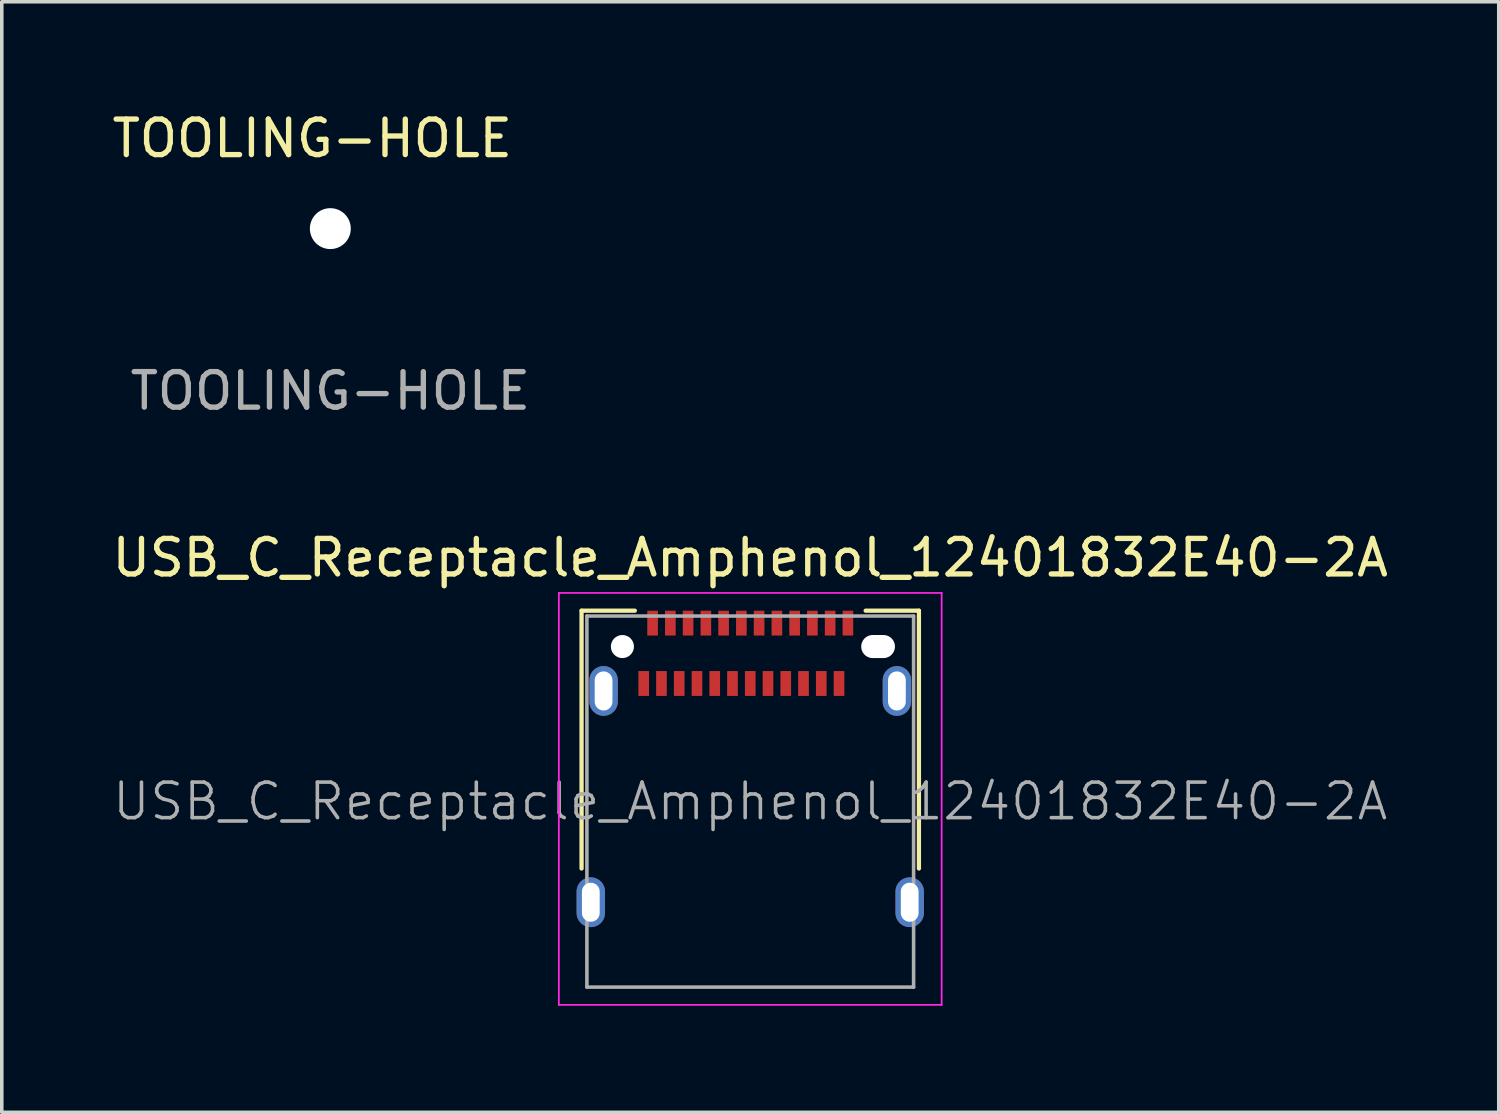
<source format=kicad_pcb>
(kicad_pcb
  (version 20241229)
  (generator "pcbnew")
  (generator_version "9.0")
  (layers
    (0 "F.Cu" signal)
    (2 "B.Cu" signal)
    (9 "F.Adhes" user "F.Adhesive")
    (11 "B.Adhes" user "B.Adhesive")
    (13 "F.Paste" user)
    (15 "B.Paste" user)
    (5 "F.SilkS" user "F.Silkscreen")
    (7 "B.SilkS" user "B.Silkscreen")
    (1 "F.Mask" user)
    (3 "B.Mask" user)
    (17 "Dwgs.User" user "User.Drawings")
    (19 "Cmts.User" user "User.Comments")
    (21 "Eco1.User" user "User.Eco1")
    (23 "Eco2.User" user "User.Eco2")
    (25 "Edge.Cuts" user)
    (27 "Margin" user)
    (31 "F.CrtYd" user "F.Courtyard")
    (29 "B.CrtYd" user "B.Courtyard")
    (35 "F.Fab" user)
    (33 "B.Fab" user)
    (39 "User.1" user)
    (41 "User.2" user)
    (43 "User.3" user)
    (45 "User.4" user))
  (footprint "TOOLING-HOLE"
    (layer "F.Cu")
    (at 6.252 3.388)
    (property "Reference" "TOOLING-HOLE" (at -0.508 -2.54 0) (unlocked yes) (layer "F.SilkS") (effects (font (size 1 1) (thickness 0.15))))
    (attr through_hole exclude_from_bom)
    (fp_text user "${REFERENCE}" (at 0 4.572 0) (unlocked yes) (layer "F.Fab") (effects (font (size 1 1) (thickness 0.15))))
    (pad "" np_thru_hole circle (at 0 0) (size 1.152 1.152) (drill 1.152) (layers "*.Cu" "*.Mask")))
  (footprint "USB_C_Receptacle_Amphenol_12401832E40-2A"
    (layer "F.Cu")
    (at 18.077 18.517)
    (property "Reference" "USB_C_Receptacle_Amphenol_12401832E40-2A" (at 0 -5.86 0) (layer "F.SilkS") (effects (font (size 1 1) (thickness 0.15))))
    (attr smd)
    (fp_line (start -4.75 -4.37) (end -4.75 2.89) (stroke (width 0.12) (type solid)) (layer "F.SilkS"))
    (fp_line (start -4.75 -4.37) (end -3.25 -4.37) (stroke (width 0.12) (type solid)) (layer "F.SilkS"))
    (fp_line (start 3.25 -4.37) (end 4.75 -4.37) (stroke (width 0.12) (type solid)) (layer "F.SilkS"))
    (fp_line (start 4.75 -4.37) (end 4.75 2.89) (stroke (width 0.12) (type solid)) (layer "F.SilkS"))
    (fp_line (start -5.39 -4.87) (end 5.39 -4.87) (stroke (width 0.05) (type solid)) (layer "F.CrtYd"))
    (fp_line (start -5.39 6.73) (end -5.39 -4.87) (stroke (width 0.05) (type solid)) (layer "F.CrtYd"))
    (fp_line (start 5.39 -4.87) (end 5.39 6.73) (stroke (width 0.05) (type solid)) (layer "F.CrtYd"))
    (fp_line (start 5.39 6.73) (end -5.39 6.73) (stroke (width 0.05) (type solid)) (layer "F.CrtYd"))
    (fp_line (start -4.6 -4.22) (end 4.6 -4.22) (stroke (width 0.1) (type solid)) (layer "F.Fab"))
    (fp_line (start -4.6 6.23) (end -4.6 -4.22) (stroke (width 0.1) (type solid)) (layer "F.Fab"))
    (fp_line (start -4.6 6.23) (end 4.6 6.23) (stroke (width 0.1) (type solid)) (layer "F.Fab"))
    (fp_line (start 4.6 6.23) (end 4.6 -4.22) (stroke (width 0.1) (type solid)) (layer "F.Fab"))
    (fp_text user "${REFERENCE}" (at 0 1 0) (layer "F.Fab") (effects (font (size 1 1) (thickness 0.1))))
    (pad "" np_thru_hole circle (at -3.6 -3.36) (size 0.65 0.65) (drill 0.65) (layers "*.Cu" "*.Mask"))
    (pad "" np_thru_hole oval (at 3.6 -3.36) (size 0.95 0.65) (drill oval 0.95 0.65) (layers "*.Cu" "*.Mask"))
    (pad "A1" smd rect (at -2.75 -4.02) (size 0.3 0.7) (layers "F.Cu" "F.Mask" "F.Paste"))
    (pad "A2" smd rect (at -2.25 -4.02) (size 0.3 0.7) (layers "F.Cu" "F.Mask" "F.Paste"))
    (pad "A3" smd rect (at -1.75 -4.02) (size 0.3 0.7) (layers "F.Cu" "F.Mask" "F.Paste"))
    (pad "A4" smd rect (at -1.25 -4.02) (size 0.3 0.7) (layers "F.Cu" "F.Mask" "F.Paste"))
    (pad "A5" smd rect (at -0.75 -4.02) (size 0.3 0.7) (layers "F.Cu" "F.Mask" "F.Paste"))
    (pad "A6" smd rect (at -0.25 -4.02) (size 0.3 0.7) (layers "F.Cu" "F.Mask" "F.Paste"))
    (pad "A7" smd rect (at 0.25 -4.02) (size 0.3 0.7) (layers "F.Cu" "F.Mask" "F.Paste"))
    (pad "A8" smd rect (at 0.75 -4.02) (size 0.3 0.7) (layers "F.Cu" "F.Mask" "F.Paste"))
    (pad "A9" smd rect (at 1.25 -4.02) (size 0.3 0.7) (layers "F.Cu" "F.Mask" "F.Paste"))
    (pad "A10" smd rect (at 1.75 -4.02) (size 0.3 0.7) (layers "F.Cu" "F.Mask" "F.Paste"))
    (pad "A11" smd rect (at 2.25 -4.02) (size 0.3 0.7) (layers "F.Cu" "F.Mask" "F.Paste"))
    (pad "A12" smd rect (at 2.75 -4.02) (size 0.3 0.7) (layers "F.Cu" "F.Mask" "F.Paste"))
    (pad "B1" smd rect (at 2.5 -2.32) (size 0.3 0.7) (layers "F.Cu" "F.Mask" "F.Paste"))
    (pad "B2" smd rect (at 2 -2.32) (size 0.3 0.7) (layers "F.Cu" "F.Mask" "F.Paste"))
    (pad "B3" smd rect (at 1.5 -2.32) (size 0.3 0.7) (layers "F.Cu" "F.Mask" "F.Paste"))
    (pad "B4" smd rect (at 1 -2.32) (size 0.3 0.7) (layers "F.Cu" "F.Mask" "F.Paste"))
    (pad "B5" smd rect (at 0.5 -2.32) (size 0.3 0.7) (layers "F.Cu" "F.Mask" "F.Paste"))
    (pad "B6" smd rect (at 0 -2.32) (size 0.3 0.7) (layers "F.Cu" "F.Mask" "F.Paste"))
    (pad "B7" smd rect (at -0.5 -2.32) (size 0.3 0.7) (layers "F.Cu" "F.Mask" "F.Paste"))
    (pad "B8" smd rect (at -1 -2.32) (size 0.3 0.7) (layers "F.Cu" "F.Mask" "F.Paste"))
    (pad "B9" smd rect (at -1.5 -2.32) (size 0.3 0.7) (layers "F.Cu" "F.Mask" "F.Paste"))
    (pad "B10" smd rect (at -2 -2.32) (size 0.3 0.7) (layers "F.Cu" "F.Mask" "F.Paste"))
    (pad "B11" smd rect (at -2.5 -2.32) (size 0.3 0.7) (layers "F.Cu" "F.Mask" "F.Paste"))
    (pad "B12" smd rect (at -3 -2.32) (size 0.3 0.7) (layers "F.Cu" "F.Mask" "F.Paste"))
    (pad "S1" thru_hole oval (at -4.49 3.84) (size 0.8 1.4) (drill oval 0.5 1.1) (layers "*.Cu" "*.Mask"))
    (pad "S1" thru_hole oval (at -4.13 -2.11) (size 0.8 1.4) (drill oval 0.5 1.1) (layers "*.Cu" "*.Mask"))
    (pad "S1" thru_hole oval (at 4.13 -2.11) (size 0.8 1.4) (drill oval 0.5 1.1) (layers "*.Cu" "*.Mask"))
    (pad "S1" thru_hole oval (at 4.49 3.84) (size 0.8 1.4) (drill oval 0.5 1.1) (layers "*.Cu" "*.Mask")))
  (gr_rect
    (start -3 -3)
    (end 39.155 28.272)
    (stroke (width 0.1) (type default))
    (fill no)
    (layer "Edge.Cuts")))
</source>
